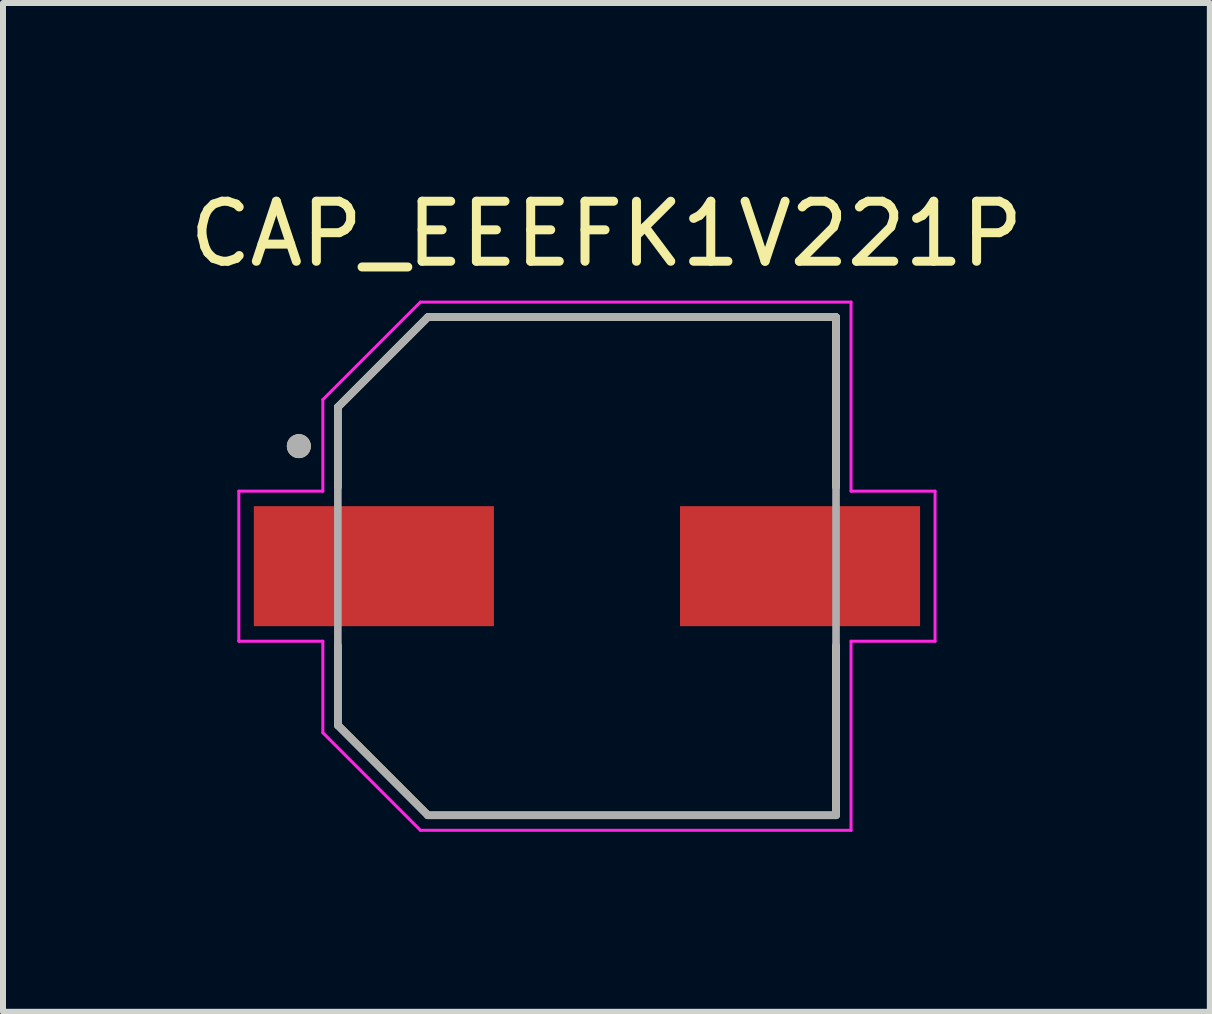
<source format=kicad_pcb>
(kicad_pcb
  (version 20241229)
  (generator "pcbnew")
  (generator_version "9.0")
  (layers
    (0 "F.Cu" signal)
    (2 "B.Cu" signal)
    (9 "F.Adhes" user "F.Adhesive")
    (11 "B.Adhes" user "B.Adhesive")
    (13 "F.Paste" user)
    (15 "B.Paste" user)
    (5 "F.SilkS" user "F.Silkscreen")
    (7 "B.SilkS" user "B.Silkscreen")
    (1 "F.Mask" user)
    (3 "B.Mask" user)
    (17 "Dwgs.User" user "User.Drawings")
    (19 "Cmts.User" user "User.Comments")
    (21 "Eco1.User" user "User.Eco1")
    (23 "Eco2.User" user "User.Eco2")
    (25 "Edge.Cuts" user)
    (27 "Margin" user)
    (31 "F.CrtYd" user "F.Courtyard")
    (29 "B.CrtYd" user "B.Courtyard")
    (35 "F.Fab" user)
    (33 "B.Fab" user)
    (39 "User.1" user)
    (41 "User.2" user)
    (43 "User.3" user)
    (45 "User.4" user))
  (footprint "CAP_EEEFK1V221P"
    (layer "F.Cu")
    (at 6.729 6.383)
    (property "Reference" "CAP_EEEFK1V221P" (at 0.325 -5.535 0) (layer "F.SilkS") (effects (font (size 1 1) (thickness 0.15))))
    (attr smd)
    (fp_line (start -4.15 -2.65) (end -4.15 -1.32) (stroke (width 0.127) (type solid)) (layer "F.SilkS"))
    (fp_line (start -4.15 1.32) (end -4.15 2.65) (stroke (width 0.127) (type solid)) (layer "F.SilkS"))
    (fp_line (start -4.15 2.65) (end -2.65 4.15) (stroke (width 0.127) (type solid)) (layer "F.SilkS"))
    (fp_line (start -2.65 -4.15) (end -4.15 -2.65) (stroke (width 0.127) (type solid)) (layer "F.SilkS"))
    (fp_line (start -2.65 4.15) (end 4.15 4.15) (stroke (width 0.127) (type solid)) (layer "F.SilkS"))
    (fp_line (start 4.15 -4.15) (end -2.65 -4.15) (stroke (width 0.127) (type solid)) (layer "F.SilkS"))
    (fp_line (start 4.15 -1.32) (end 4.15 -4.15) (stroke (width 0.127) (type solid)) (layer "F.SilkS"))
    (fp_line (start 4.15 4.15) (end 4.15 1.32) (stroke (width 0.127) (type solid)) (layer "F.SilkS"))
    (fp_circle (center -4.8 -2) (end -4.7 -2) (stroke (width 0.2) (type solid)) (fill no) (layer "F.SilkS"))
    (fp_line (start -5.8 -1.25) (end -4.4 -1.25) (stroke (width 0.05) (type solid)) (layer "F.CrtYd"))
    (fp_line (start -5.8 1.25) (end -5.8 -1.25) (stroke (width 0.05) (type solid)) (layer "F.CrtYd"))
    (fp_line (start -4.4 -2.775) (end -2.775 -4.4) (stroke (width 0.05) (type solid)) (layer "F.CrtYd"))
    (fp_line (start -4.4 -1.25) (end -4.4 -2.775) (stroke (width 0.05) (type solid)) (layer "F.CrtYd"))
    (fp_line (start -4.4 1.25) (end -5.8 1.25) (stroke (width 0.05) (type solid)) (layer "F.CrtYd"))
    (fp_line (start -4.4 2.775) (end -4.4 1.25) (stroke (width 0.05) (type solid)) (layer "F.CrtYd"))
    (fp_line (start -2.775 -4.4) (end 4.4 -4.4) (stroke (width 0.05) (type solid)) (layer "F.CrtYd"))
    (fp_line (start -2.775 4.4) (end -4.4 2.775) (stroke (width 0.05) (type solid)) (layer "F.CrtYd"))
    (fp_line (start 4.4 -4.4) (end 4.4 -1.25) (stroke (width 0.05) (type solid)) (layer "F.CrtYd"))
    (fp_line (start 4.4 -1.25) (end 5.8 -1.25) (stroke (width 0.05) (type solid)) (layer "F.CrtYd"))
    (fp_line (start 4.4 1.25) (end 4.4 4.4) (stroke (width 0.05) (type solid)) (layer "F.CrtYd"))
    (fp_line (start 4.4 4.4) (end -2.775 4.4) (stroke (width 0.05) (type solid)) (layer "F.CrtYd"))
    (fp_line (start 5.8 -1.25) (end 5.8 1.25) (stroke (width 0.05) (type solid)) (layer "F.CrtYd"))
    (fp_line (start 5.8 1.25) (end 4.4 1.25) (stroke (width 0.05) (type solid)) (layer "F.CrtYd"))
    (fp_line (start -4.15 -2.65) (end -4.15 2.65) (stroke (width 0.127) (type solid)) (layer "F.Fab"))
    (fp_line (start -4.15 2.65) (end -2.65 4.15) (stroke (width 0.127) (type solid)) (layer "F.Fab"))
    (fp_line (start -2.65 -4.15) (end -4.15 -2.65) (stroke (width 0.127) (type solid)) (layer "F.Fab"))
    (fp_line (start -2.65 4.15) (end 4.15 4.15) (stroke (width 0.127) (type solid)) (layer "F.Fab"))
    (fp_line (start 4.15 -4.15) (end -2.65 -4.15) (stroke (width 0.127) (type solid)) (layer "F.Fab"))
    (fp_line (start 4.15 4.15) (end 4.15 -4.15) (stroke (width 0.127) (type solid)) (layer "F.Fab"))
    (fp_circle (center -4.8 -2) (end -4.7 -2) (stroke (width 0.2) (type solid)) (fill no) (layer "F.Fab"))
    (pad "1" smd rect (at -3.55 0) (size 4 2) (layers "F.Cu" "F.Mask" "F.Paste"))
    (pad "2" smd rect (at 3.55 0) (size 4 2) (layers "F.Cu" "F.Mask" "F.Paste")))
  (gr_rect
    (start -3 -3)
    (end 17.107 13.808)
    (stroke (width 0.1) (type default))
    (fill no)
    (layer "Edge.Cuts")))
</source>
